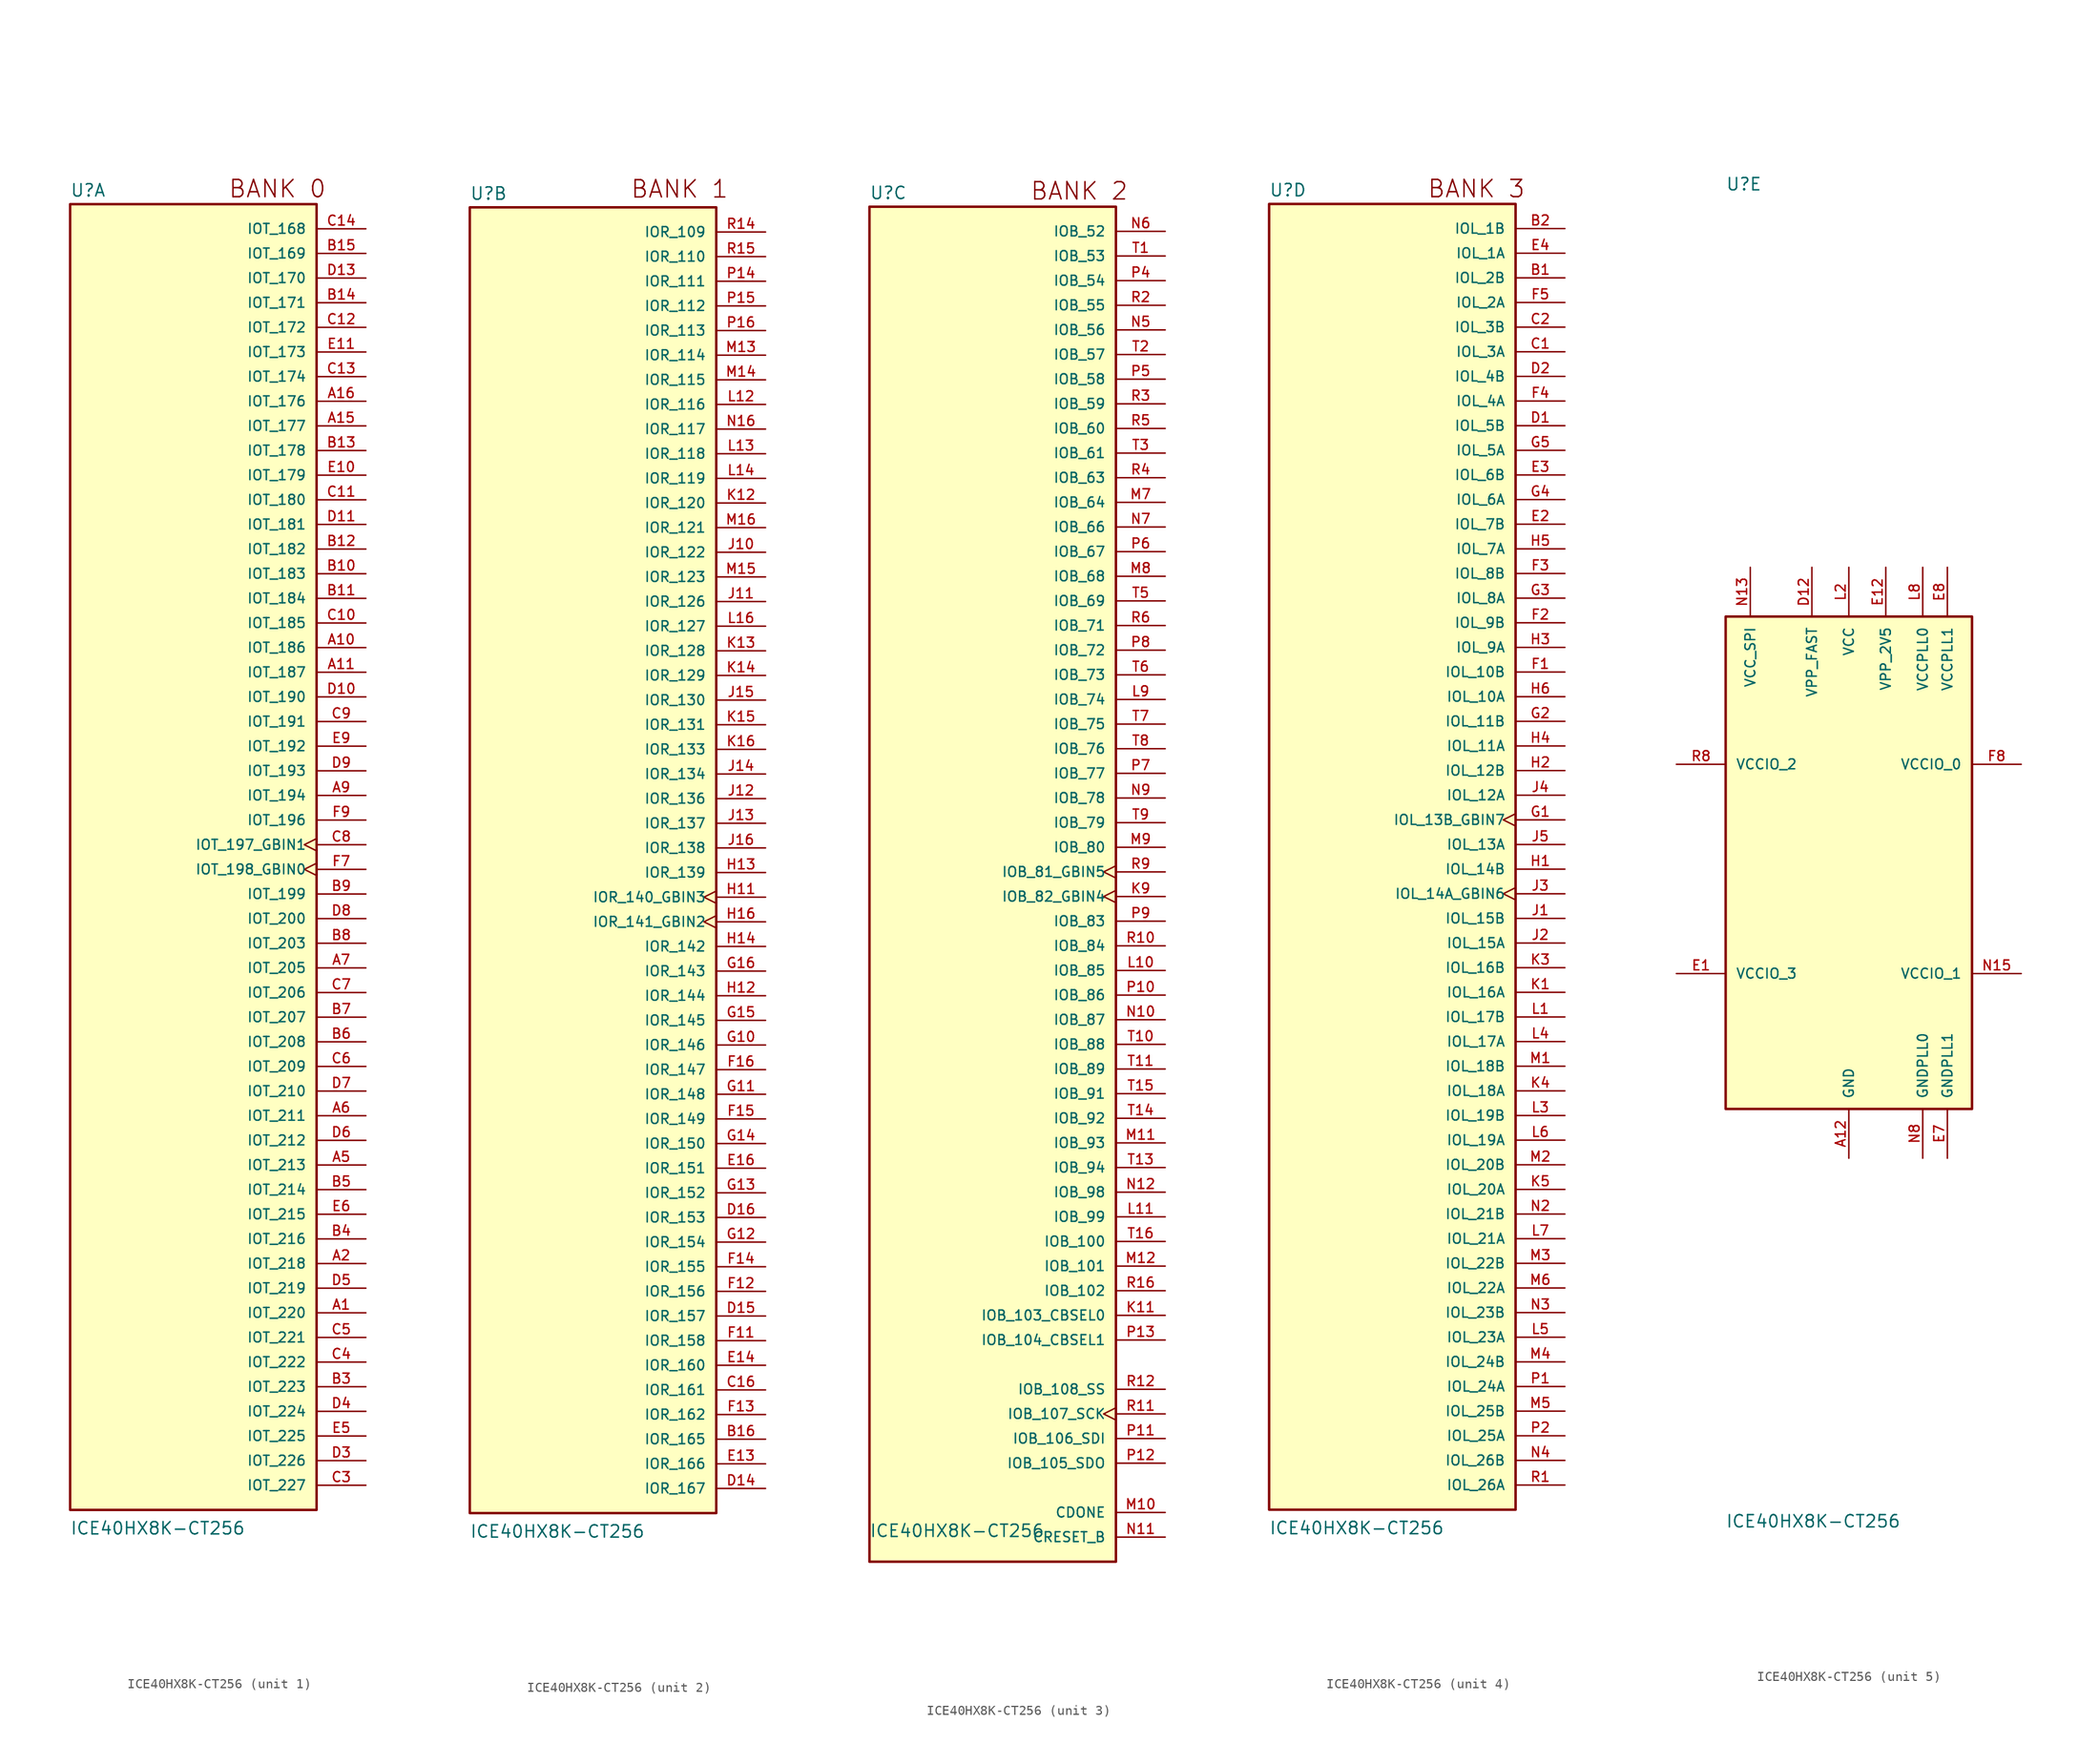
<source format=kicad_sym>
(kicad_symbol_lib
  (version 20231120)
  (generator "kicad_symbol_editor")
  (generator_version "8.0")
  (symbol "ICE40HX8K-CT256"
    (pin_names
      (offset 1.016))
    (property "Reference" "U"
      (at -12.708 69.259 0)
      (effects (font (size 1.27 1.27)) (justify left bottom)))
    (property "Value" "ICE40HX8K-CT256"
      (at -12.718 -68.676 0)
      (effects (font (size 1.27 1.27)) (justify left bottom)))
    (symbol "ICE40HX8K-CT256_1_0"
      (rectangle (start -12.7 -66.04) (end 12.7 68.58) (stroke (width 0.254) (type default)) (fill (type background)))
      (text "BANK 0" (at 3.558 69.127 0) (effects (font (size 1.779 1.779)) (justify left bottom)))
      (pin bidirectional line (at 17.78 -45.72 180) (length 5.08) (name "IOT_220" (effects (font (size 1.016 1.016)))) (number "A1" (effects (font (size 1.016 1.016)))))
      (pin bidirectional line (at 17.78 22.86 180) (length 5.08) (name "IOT_186" (effects (font (size 1.016 1.016)))) (number "A10" (effects (font (size 1.016 1.016)))))
      (pin bidirectional line (at 17.78 20.32 180) (length 5.08) (name "IOT_187" (effects (font (size 1.016 1.016)))) (number "A11" (effects (font (size 1.016 1.016)))))
      (pin bidirectional line (at 17.78 45.72 180) (length 5.08) (name "IOT_177" (effects (font (size 1.016 1.016)))) (number "A15" (effects (font (size 1.016 1.016)))))
      (pin bidirectional line (at 17.78 48.26 180) (length 5.08) (name "IOT_176" (effects (font (size 1.016 1.016)))) (number "A16" (effects (font (size 1.016 1.016)))))
      (pin bidirectional line (at 17.78 -40.64 180) (length 5.08) (name "IOT_218" (effects (font (size 1.016 1.016)))) (number "A2" (effects (font (size 1.016 1.016)))))
      (pin bidirectional line (at 17.78 -30.48 180) (length 5.08) (name "IOT_213" (effects (font (size 1.016 1.016)))) (number "A5" (effects (font (size 1.016 1.016)))))
      (pin bidirectional line (at 17.78 -25.4 180) (length 5.08) (name "IOT_211" (effects (font (size 1.016 1.016)))) (number "A6" (effects (font (size 1.016 1.016)))))
      (pin bidirectional line (at 17.78 -10.16 180) (length 5.08) (name "IOT_205" (effects (font (size 1.016 1.016)))) (number "A7" (effects (font (size 1.016 1.016)))))
      (pin bidirectional line (at 17.78 7.62 180) (length 5.08) (name "IOT_194" (effects (font (size 1.016 1.016)))) (number "A9" (effects (font (size 1.016 1.016)))))
      (pin bidirectional line (at 17.78 30.48 180) (length 5.08) (name "IOT_183" (effects (font (size 1.016 1.016)))) (number "B10" (effects (font (size 1.016 1.016)))))
      (pin bidirectional line (at 17.78 27.94 180) (length 5.08) (name "IOT_184" (effects (font (size 1.016 1.016)))) (number "B11" (effects (font (size 1.016 1.016)))))
      (pin bidirectional line (at 17.78 33.02 180) (length 5.08) (name "IOT_182" (effects (font (size 1.016 1.016)))) (number "B12" (effects (font (size 1.016 1.016)))))
      (pin bidirectional line (at 17.78 43.18 180) (length 5.08) (name "IOT_178" (effects (font (size 1.016 1.016)))) (number "B13" (effects (font (size 1.016 1.016)))))
      (pin bidirectional line (at 17.78 58.42 180) (length 5.08) (name "IOT_171" (effects (font (size 1.016 1.016)))) (number "B14" (effects (font (size 1.016 1.016)))))
      (pin bidirectional line (at 17.78 63.5 180) (length 5.08) (name "IOT_169" (effects (font (size 1.016 1.016)))) (number "B15" (effects (font (size 1.016 1.016)))))
      (pin bidirectional line (at 17.78 -53.34 180) (length 5.08) (name "IOT_223" (effects (font (size 1.016 1.016)))) (number "B3" (effects (font (size 1.016 1.016)))))
      (pin bidirectional line (at 17.78 -38.1 180) (length 5.08) (name "IOT_216" (effects (font (size 1.016 1.016)))) (number "B4" (effects (font (size 1.016 1.016)))))
      (pin bidirectional line (at 17.78 -33.02 180) (length 5.08) (name "IOT_214" (effects (font (size 1.016 1.016)))) (number "B5" (effects (font (size 1.016 1.016)))))
      (pin bidirectional line (at 17.78 -17.78 180) (length 5.08) (name "IOT_208" (effects (font (size 1.016 1.016)))) (number "B6" (effects (font (size 1.016 1.016)))))
      (pin bidirectional line (at 17.78 -15.24 180) (length 5.08) (name "IOT_207" (effects (font (size 1.016 1.016)))) (number "B7" (effects (font (size 1.016 1.016)))))
      (pin bidirectional line (at 17.78 -7.62 180) (length 5.08) (name "IOT_203" (effects (font (size 1.016 1.016)))) (number "B8" (effects (font (size 1.016 1.016)))))
      (pin bidirectional line (at 17.78 -2.54 180) (length 5.08) (name "IOT_199" (effects (font (size 1.016 1.016)))) (number "B9" (effects (font (size 1.016 1.016)))))
      (pin bidirectional line (at 17.78 25.4 180) (length 5.08) (name "IOT_185" (effects (font (size 1.016 1.016)))) (number "C10" (effects (font (size 1.016 1.016)))))
      (pin bidirectional line (at 17.78 38.1 180) (length 5.08) (name "IOT_180" (effects (font (size 1.016 1.016)))) (number "C11" (effects (font (size 1.016 1.016)))))
      (pin bidirectional line (at 17.78 55.88 180) (length 5.08) (name "IOT_172" (effects (font (size 1.016 1.016)))) (number "C12" (effects (font (size 1.016 1.016)))))
      (pin bidirectional line (at 17.78 50.8 180) (length 5.08) (name "IOT_174" (effects (font (size 1.016 1.016)))) (number "C13" (effects (font (size 1.016 1.016)))))
      (pin bidirectional line (at 17.78 66.04 180) (length 5.08) (name "IOT_168" (effects (font (size 1.016 1.016)))) (number "C14" (effects (font (size 1.016 1.016)))))
      (pin bidirectional line (at 17.78 -63.5 180) (length 5.08) (name "IOT_227" (effects (font (size 1.016 1.016)))) (number "C3" (effects (font (size 1.016 1.016)))))
      (pin bidirectional line (at 17.78 -50.8 180) (length 5.08) (name "IOT_222" (effects (font (size 1.016 1.016)))) (number "C4" (effects (font (size 1.016 1.016)))))
      (pin bidirectional line (at 17.78 -48.26 180) (length 5.08) (name "IOT_221" (effects (font (size 1.016 1.016)))) (number "C5" (effects (font (size 1.016 1.016)))))
      (pin bidirectional line (at 17.78 -20.32 180) (length 5.08) (name "IOT_209" (effects (font (size 1.016 1.016)))) (number "C6" (effects (font (size 1.016 1.016)))))
      (pin bidirectional line (at 17.78 -12.7 180) (length 5.08) (name "IOT_206" (effects (font (size 1.016 1.016)))) (number "C7" (effects (font (size 1.016 1.016)))))
      (pin bidirectional clock (at 17.78 2.54 180) (length 5.08) (name "IOT_197_GBIN1" (effects (font (size 1.016 1.016)))) (number "C8" (effects (font (size 1.016 1.016)))))
      (pin bidirectional line (at 17.78 15.24 180) (length 5.08) (name "IOT_191" (effects (font (size 1.016 1.016)))) (number "C9" (effects (font (size 1.016 1.016)))))
      (pin bidirectional line (at 17.78 17.78 180) (length 5.08) (name "IOT_190" (effects (font (size 1.016 1.016)))) (number "D10" (effects (font (size 1.016 1.016)))))
      (pin bidirectional line (at 17.78 35.56 180) (length 5.08) (name "IOT_181" (effects (font (size 1.016 1.016)))) (number "D11" (effects (font (size 1.016 1.016)))))
      (pin bidirectional line (at 17.78 60.96 180) (length 5.08) (name "IOT_170" (effects (font (size 1.016 1.016)))) (number "D13" (effects (font (size 1.016 1.016)))))
      (pin bidirectional line (at 17.78 -60.96 180) (length 5.08) (name "IOT_226" (effects (font (size 1.016 1.016)))) (number "D3" (effects (font (size 1.016 1.016)))))
      (pin bidirectional line (at 17.78 -55.88 180) (length 5.08) (name "IOT_224" (effects (font (size 1.016 1.016)))) (number "D4" (effects (font (size 1.016 1.016)))))
      (pin bidirectional line (at 17.78 -43.18 180) (length 5.08) (name "IOT_219" (effects (font (size 1.016 1.016)))) (number "D5" (effects (font (size 1.016 1.016)))))
      (pin bidirectional line (at 17.78 -27.94 180) (length 5.08) (name "IOT_212" (effects (font (size 1.016 1.016)))) (number "D6" (effects (font (size 1.016 1.016)))))
      (pin bidirectional line (at 17.78 -22.86 180) (length 5.08) (name "IOT_210" (effects (font (size 1.016 1.016)))) (number "D7" (effects (font (size 1.016 1.016)))))
      (pin bidirectional line (at 17.78 -5.08 180) (length 5.08) (name "IOT_200" (effects (font (size 1.016 1.016)))) (number "D8" (effects (font (size 1.016 1.016)))))
      (pin bidirectional line (at 17.78 10.16 180) (length 5.08) (name "IOT_193" (effects (font (size 1.016 1.016)))) (number "D9" (effects (font (size 1.016 1.016)))))
      (pin bidirectional line (at 17.78 40.64 180) (length 5.08) (name "IOT_179" (effects (font (size 1.016 1.016)))) (number "E10" (effects (font (size 1.016 1.016)))))
      (pin bidirectional line (at 17.78 53.34 180) (length 5.08) (name "IOT_173" (effects (font (size 1.016 1.016)))) (number "E11" (effects (font (size 1.016 1.016)))))
      (pin bidirectional line (at 17.78 -58.42 180) (length 5.08) (name "IOT_225" (effects (font (size 1.016 1.016)))) (number "E5" (effects (font (size 1.016 1.016)))))
      (pin bidirectional line (at 17.78 -35.56 180) (length 5.08) (name "IOT_215" (effects (font (size 1.016 1.016)))) (number "E6" (effects (font (size 1.016 1.016)))))
      (pin bidirectional line (at 17.78 12.7 180) (length 5.08) (name "IOT_192" (effects (font (size 1.016 1.016)))) (number "E9" (effects (font (size 1.016 1.016)))))
      (pin bidirectional clock (at 17.78 0 180) (length 5.08) (name "IOT_198_GBIN0" (effects (font (size 1.016 1.016)))) (number "F7" (effects (font (size 1.016 1.016)))))
      (pin bidirectional line (at 17.78 5.08 180) (length 5.08) (name "IOT_196" (effects (font (size 1.016 1.016)))) (number "F9" (effects (font (size 1.016 1.016))))))
    (symbol "ICE40HX8K-CT256_2_0"
      (rectangle (start -12.7 -66.04) (end 12.7 68.58) (stroke (width 0.254) (type default)) (fill (type background)))
      (text "BANK 1" (at 3.815 69.429 0) (effects (font (size 1.78 1.78)) (justify left bottom)))
      (pin bidirectional line (at 17.78 -58.42 180) (length 5.08) (name "IOR_165" (effects (font (size 1.016 1.016)))) (number "B16" (effects (font (size 1.016 1.016)))))
      (pin bidirectional line (at 17.78 -53.34 180) (length 5.08) (name "IOR_161" (effects (font (size 1.016 1.016)))) (number "C16" (effects (font (size 1.016 1.016)))))
      (pin bidirectional line (at 17.78 -63.5 180) (length 5.08) (name "IOR_167" (effects (font (size 1.016 1.016)))) (number "D14" (effects (font (size 1.016 1.016)))))
      (pin bidirectional line (at 17.78 -45.72 180) (length 5.08) (name "IOR_157" (effects (font (size 1.016 1.016)))) (number "D15" (effects (font (size 1.016 1.016)))))
      (pin bidirectional line (at 17.78 -35.56 180) (length 5.08) (name "IOR_153" (effects (font (size 1.016 1.016)))) (number "D16" (effects (font (size 1.016 1.016)))))
      (pin bidirectional line (at 17.78 -60.96 180) (length 5.08) (name "IOR_166" (effects (font (size 1.016 1.016)))) (number "E13" (effects (font (size 1.016 1.016)))))
      (pin bidirectional line (at 17.78 -50.8 180) (length 5.08) (name "IOR_160" (effects (font (size 1.016 1.016)))) (number "E14" (effects (font (size 1.016 1.016)))))
      (pin bidirectional line (at 17.78 -30.48 180) (length 5.08) (name "IOR_151" (effects (font (size 1.016 1.016)))) (number "E16" (effects (font (size 1.016 1.016)))))
      (pin bidirectional line (at 17.78 -48.26 180) (length 5.08) (name "IOR_158" (effects (font (size 1.016 1.016)))) (number "F11" (effects (font (size 1.016 1.016)))))
      (pin bidirectional line (at 17.78 -43.18 180) (length 5.08) (name "IOR_156" (effects (font (size 1.016 1.016)))) (number "F12" (effects (font (size 1.016 1.016)))))
      (pin bidirectional line (at 17.78 -55.88 180) (length 5.08) (name "IOR_162" (effects (font (size 1.016 1.016)))) (number "F13" (effects (font (size 1.016 1.016)))))
      (pin bidirectional line (at 17.78 -40.64 180) (length 5.08) (name "IOR_155" (effects (font (size 1.016 1.016)))) (number "F14" (effects (font (size 1.016 1.016)))))
      (pin bidirectional line (at 17.78 -25.4 180) (length 5.08) (name "IOR_149" (effects (font (size 1.016 1.016)))) (number "F15" (effects (font (size 1.016 1.016)))))
      (pin bidirectional line (at 17.78 -20.32 180) (length 5.08) (name "IOR_147" (effects (font (size 1.016 1.016)))) (number "F16" (effects (font (size 1.016 1.016)))))
      (pin bidirectional line (at 17.78 -17.78 180) (length 5.08) (name "IOR_146" (effects (font (size 1.016 1.016)))) (number "G10" (effects (font (size 1.016 1.016)))))
      (pin bidirectional line (at 17.78 -22.86 180) (length 5.08) (name "IOR_148" (effects (font (size 1.016 1.016)))) (number "G11" (effects (font (size 1.016 1.016)))))
      (pin bidirectional line (at 17.78 -38.1 180) (length 5.08) (name "IOR_154" (effects (font (size 1.016 1.016)))) (number "G12" (effects (font (size 1.016 1.016)))))
      (pin bidirectional line (at 17.78 -33.02 180) (length 5.08) (name "IOR_152" (effects (font (size 1.016 1.016)))) (number "G13" (effects (font (size 1.016 1.016)))))
      (pin bidirectional line (at 17.78 -27.94 180) (length 5.08) (name "IOR_150" (effects (font (size 1.016 1.016)))) (number "G14" (effects (font (size 1.016 1.016)))))
      (pin bidirectional line (at 17.78 -15.24 180) (length 5.08) (name "IOR_145" (effects (font (size 1.016 1.016)))) (number "G15" (effects (font (size 1.016 1.016)))))
      (pin bidirectional line (at 17.78 -10.16 180) (length 5.08) (name "IOR_143" (effects (font (size 1.016 1.016)))) (number "G16" (effects (font (size 1.016 1.016)))))
      (pin bidirectional clock (at 17.78 -2.54 180) (length 5.08) (name "IOR_140_GBIN3" (effects (font (size 1.016 1.016)))) (number "H11" (effects (font (size 1.016 1.016)))))
      (pin bidirectional line (at 17.78 -12.7 180) (length 5.08) (name "IOR_144" (effects (font (size 1.016 1.016)))) (number "H12" (effects (font (size 1.016 1.016)))))
      (pin bidirectional line (at 17.78 0 180) (length 5.08) (name "IOR_139" (effects (font (size 1.016 1.016)))) (number "H13" (effects (font (size 1.016 1.016)))))
      (pin bidirectional line (at 17.78 -7.62 180) (length 5.08) (name "IOR_142" (effects (font (size 1.016 1.016)))) (number "H14" (effects (font (size 1.016 1.016)))))
      (pin bidirectional clock (at 17.78 -5.08 180) (length 5.08) (name "IOR_141_GBIN2" (effects (font (size 1.016 1.016)))) (number "H16" (effects (font (size 1.016 1.016)))))
      (pin bidirectional line (at 17.78 33.02 180) (length 5.08) (name "IOR_122" (effects (font (size 1.016 1.016)))) (number "J10" (effects (font (size 1.016 1.016)))))
      (pin bidirectional line (at 17.78 27.94 180) (length 5.08) (name "IOR_126" (effects (font (size 1.016 1.016)))) (number "J11" (effects (font (size 1.016 1.016)))))
      (pin bidirectional line (at 17.78 7.62 180) (length 5.08) (name "IOR_136" (effects (font (size 1.016 1.016)))) (number "J12" (effects (font (size 1.016 1.016)))))
      (pin bidirectional line (at 17.78 5.08 180) (length 5.08) (name "IOR_137" (effects (font (size 1.016 1.016)))) (number "J13" (effects (font (size 1.016 1.016)))))
      (pin bidirectional line (at 17.78 10.16 180) (length 5.08) (name "IOR_134" (effects (font (size 1.016 1.016)))) (number "J14" (effects (font (size 1.016 1.016)))))
      (pin bidirectional line (at 17.78 17.78 180) (length 5.08) (name "IOR_130" (effects (font (size 1.016 1.016)))) (number "J15" (effects (font (size 1.016 1.016)))))
      (pin bidirectional line (at 17.78 2.54 180) (length 5.08) (name "IOR_138" (effects (font (size 1.016 1.016)))) (number "J16" (effects (font (size 1.016 1.016)))))
      (pin bidirectional line (at 17.78 38.1 180) (length 5.08) (name "IOR_120" (effects (font (size 1.016 1.016)))) (number "K12" (effects (font (size 1.016 1.016)))))
      (pin bidirectional line (at 17.78 22.86 180) (length 5.08) (name "IOR_128" (effects (font (size 1.016 1.016)))) (number "K13" (effects (font (size 1.016 1.016)))))
      (pin bidirectional line (at 17.78 20.32 180) (length 5.08) (name "IOR_129" (effects (font (size 1.016 1.016)))) (number "K14" (effects (font (size 1.016 1.016)))))
      (pin bidirectional line (at 17.78 15.24 180) (length 5.08) (name "IOR_131" (effects (font (size 1.016 1.016)))) (number "K15" (effects (font (size 1.016 1.016)))))
      (pin bidirectional line (at 17.78 12.7 180) (length 5.08) (name "IOR_133" (effects (font (size 1.016 1.016)))) (number "K16" (effects (font (size 1.016 1.016)))))
      (pin bidirectional line (at 17.78 48.26 180) (length 5.08) (name "IOR_116" (effects (font (size 1.016 1.016)))) (number "L12" (effects (font (size 1.016 1.016)))))
      (pin bidirectional line (at 17.78 43.18 180) (length 5.08) (name "IOR_118" (effects (font (size 1.016 1.016)))) (number "L13" (effects (font (size 1.016 1.016)))))
      (pin bidirectional line (at 17.78 40.64 180) (length 5.08) (name "IOR_119" (effects (font (size 1.016 1.016)))) (number "L14" (effects (font (size 1.016 1.016)))))
      (pin bidirectional line (at 17.78 25.4 180) (length 5.08) (name "IOR_127" (effects (font (size 1.016 1.016)))) (number "L16" (effects (font (size 1.016 1.016)))))
      (pin bidirectional line (at 17.78 53.34 180) (length 5.08) (name "IOR_114" (effects (font (size 1.016 1.016)))) (number "M13" (effects (font (size 1.016 1.016)))))
      (pin bidirectional line (at 17.78 50.8 180) (length 5.08) (name "IOR_115" (effects (font (size 1.016 1.016)))) (number "M14" (effects (font (size 1.016 1.016)))))
      (pin bidirectional line (at 17.78 30.48 180) (length 5.08) (name "IOR_123" (effects (font (size 1.016 1.016)))) (number "M15" (effects (font (size 1.016 1.016)))))
      (pin bidirectional line (at 17.78 35.56 180) (length 5.08) (name "IOR_121" (effects (font (size 1.016 1.016)))) (number "M16" (effects (font (size 1.016 1.016)))))
      (pin bidirectional line (at 17.78 45.72 180) (length 5.08) (name "IOR_117" (effects (font (size 1.016 1.016)))) (number "N16" (effects (font (size 1.016 1.016)))))
      (pin bidirectional line (at 17.78 60.96 180) (length 5.08) (name "IOR_111" (effects (font (size 1.016 1.016)))) (number "P14" (effects (font (size 1.016 1.016)))))
      (pin bidirectional line (at 17.78 58.42 180) (length 5.08) (name "IOR_112" (effects (font (size 1.016 1.016)))) (number "P15" (effects (font (size 1.016 1.016)))))
      (pin bidirectional line (at 17.78 55.88 180) (length 5.08) (name "IOR_113" (effects (font (size 1.016 1.016)))) (number "P16" (effects (font (size 1.016 1.016)))))
      (pin bidirectional line (at 17.78 66.04 180) (length 5.08) (name "IOR_109" (effects (font (size 1.016 1.016)))) (number "R14" (effects (font (size 1.016 1.016)))))
      (pin bidirectional line (at 17.78 63.5 180) (length 5.08) (name "IOR_110" (effects (font (size 1.016 1.016)))) (number "R15" (effects (font (size 1.016 1.016))))))
    (symbol "ICE40HX8K-CT256_3_0"
      (rectangle (start -12.7 -71.12) (end 12.7 68.58) (stroke (width 0.254) (type default)) (fill (type background)))
      (text "BANK 2" (at 3.814 69.16 0) (effects (font (size 1.78 1.78)) (justify left bottom)))
      (pin bidirectional line (at 17.78 -45.72 180) (length 5.08) (name "IOB_103_CBSEL0" (effects (font (size 1.016 1.016)))) (number "K11" (effects (font (size 1.016 1.016)))))
      (pin bidirectional clock (at 17.78 -2.54 180) (length 5.08) (name "IOB_82_GBIN4" (effects (font (size 1.016 1.016)))) (number "K9" (effects (font (size 1.016 1.016)))))
      (pin bidirectional line (at 17.78 -10.16 180) (length 5.08) (name "IOB_85" (effects (font (size 1.016 1.016)))) (number "L10" (effects (font (size 1.016 1.016)))))
      (pin bidirectional line (at 17.78 -35.56 180) (length 5.08) (name "IOB_99" (effects (font (size 1.016 1.016)))) (number "L11" (effects (font (size 1.016 1.016)))))
      (pin bidirectional line (at 17.78 17.78 180) (length 5.08) (name "IOB_74" (effects (font (size 1.016 1.016)))) (number "L9" (effects (font (size 1.016 1.016)))))
      (pin bidirectional line (at 17.78 -66.04 180) (length 5.08) (name "CDONE" (effects (font (size 1.016 1.016)))) (number "M10" (effects (font (size 1.016 1.016)))))
      (pin bidirectional line (at 17.78 -27.94 180) (length 5.08) (name "IOB_93" (effects (font (size 1.016 1.016)))) (number "M11" (effects (font (size 1.016 1.016)))))
      (pin bidirectional line (at 17.78 -40.64 180) (length 5.08) (name "IOB_101" (effects (font (size 1.016 1.016)))) (number "M12" (effects (font (size 1.016 1.016)))))
      (pin bidirectional line (at 17.78 38.1 180) (length 5.08) (name "IOB_64" (effects (font (size 1.016 1.016)))) (number "M7" (effects (font (size 1.016 1.016)))))
      (pin bidirectional line (at 17.78 30.48 180) (length 5.08) (name "IOB_68" (effects (font (size 1.016 1.016)))) (number "M8" (effects (font (size 1.016 1.016)))))
      (pin bidirectional line (at 17.78 2.54 180) (length 5.08) (name "IOB_80" (effects (font (size 1.016 1.016)))) (number "M9" (effects (font (size 1.016 1.016)))))
      (pin bidirectional line (at 17.78 -15.24 180) (length 5.08) (name "IOB_87" (effects (font (size 1.016 1.016)))) (number "N10" (effects (font (size 1.016 1.016)))))
      (pin input line (at 17.78 -68.58 180) (length 5.08) (name "CRESET_B" (effects (font (size 1.016 1.016)))) (number "N11" (effects (font (size 1.016 1.016)))))
      (pin bidirectional line (at 17.78 -33.02 180) (length 5.08) (name "IOB_98" (effects (font (size 1.016 1.016)))) (number "N12" (effects (font (size 1.016 1.016)))))
      (pin bidirectional line (at 17.78 55.88 180) (length 5.08) (name "IOB_56" (effects (font (size 1.016 1.016)))) (number "N5" (effects (font (size 1.016 1.016)))))
      (pin bidirectional line (at 17.78 66.04 180) (length 5.08) (name "IOB_52" (effects (font (size 1.016 1.016)))) (number "N6" (effects (font (size 1.016 1.016)))))
      (pin bidirectional line (at 17.78 35.56 180) (length 5.08) (name "IOB_66" (effects (font (size 1.016 1.016)))) (number "N7" (effects (font (size 1.016 1.016)))))
      (pin bidirectional line (at 17.78 7.62 180) (length 5.08) (name "IOB_78" (effects (font (size 1.016 1.016)))) (number "N9" (effects (font (size 1.016 1.016)))))
      (pin bidirectional line (at 17.78 -12.7 180) (length 5.08) (name "IOB_86" (effects (font (size 1.016 1.016)))) (number "P10" (effects (font (size 1.016 1.016)))))
      (pin bidirectional line (at 17.78 -58.42 180) (length 5.08) (name "IOB_106_SDI" (effects (font (size 1.016 1.016)))) (number "P11" (effects (font (size 1.016 1.016)))))
      (pin bidirectional line (at 17.78 -60.96 180) (length 5.08) (name "IOB_105_SDO" (effects (font (size 1.016 1.016)))) (number "P12" (effects (font (size 1.016 1.016)))))
      (pin bidirectional line (at 17.78 -48.26 180) (length 5.08) (name "IOB_104_CBSEL1" (effects (font (size 1.016 1.016)))) (number "P13" (effects (font (size 1.016 1.016)))))
      (pin bidirectional line (at 17.78 60.96 180) (length 5.08) (name "IOB_54" (effects (font (size 1.016 1.016)))) (number "P4" (effects (font (size 1.016 1.016)))))
      (pin bidirectional line (at 17.78 50.8 180) (length 5.08) (name "IOB_58" (effects (font (size 1.016 1.016)))) (number "P5" (effects (font (size 1.016 1.016)))))
      (pin bidirectional line (at 17.78 33.02 180) (length 5.08) (name "IOB_67" (effects (font (size 1.016 1.016)))) (number "P6" (effects (font (size 1.016 1.016)))))
      (pin bidirectional line (at 17.78 10.16 180) (length 5.08) (name "IOB_77" (effects (font (size 1.016 1.016)))) (number "P7" (effects (font (size 1.016 1.016)))))
      (pin bidirectional line (at 17.78 22.86 180) (length 5.08) (name "IOB_72" (effects (font (size 1.016 1.016)))) (number "P8" (effects (font (size 1.016 1.016)))))
      (pin bidirectional line (at 17.78 -5.08 180) (length 5.08) (name "IOB_83" (effects (font (size 1.016 1.016)))) (number "P9" (effects (font (size 1.016 1.016)))))
      (pin bidirectional line (at 17.78 -7.62 180) (length 5.08) (name "IOB_84" (effects (font (size 1.016 1.016)))) (number "R10" (effects (font (size 1.016 1.016)))))
      (pin bidirectional clock (at 17.78 -55.88 180) (length 5.08) (name "IOB_107_SCK" (effects (font (size 1.016 1.016)))) (number "R11" (effects (font (size 1.016 1.016)))))
      (pin bidirectional line (at 17.78 -53.34 180) (length 5.08) (name "IOB_108_SS" (effects (font (size 1.016 1.016)))) (number "R12" (effects (font (size 1.016 1.016)))))
      (pin bidirectional line (at 17.78 -43.18 180) (length 5.08) (name "IOB_102" (effects (font (size 1.016 1.016)))) (number "R16" (effects (font (size 1.016 1.016)))))
      (pin bidirectional line (at 17.78 58.42 180) (length 5.08) (name "IOB_55" (effects (font (size 1.016 1.016)))) (number "R2" (effects (font (size 1.016 1.016)))))
      (pin bidirectional line (at 17.78 48.26 180) (length 5.08) (name "IOB_59" (effects (font (size 1.016 1.016)))) (number "R3" (effects (font (size 1.016 1.016)))))
      (pin bidirectional line (at 17.78 40.64 180) (length 5.08) (name "IOB_63" (effects (font (size 1.016 1.016)))) (number "R4" (effects (font (size 1.016 1.016)))))
      (pin bidirectional line (at 17.78 45.72 180) (length 5.08) (name "IOB_60" (effects (font (size 1.016 1.016)))) (number "R5" (effects (font (size 1.016 1.016)))))
      (pin bidirectional line (at 17.78 25.4 180) (length 5.08) (name "IOB_71" (effects (font (size 1.016 1.016)))) (number "R6" (effects (font (size 1.016 1.016)))))
      (pin bidirectional clock (at 17.78 0 180) (length 5.08) (name "IOB_81_GBIN5" (effects (font (size 1.016 1.016)))) (number "R9" (effects (font (size 1.016 1.016)))))
      (pin bidirectional line (at 17.78 63.5 180) (length 5.08) (name "IOB_53" (effects (font (size 1.016 1.016)))) (number "T1" (effects (font (size 1.016 1.016)))))
      (pin bidirectional line (at 17.78 -17.78 180) (length 5.08) (name "IOB_88" (effects (font (size 1.016 1.016)))) (number "T10" (effects (font (size 1.016 1.016)))))
      (pin bidirectional line (at 17.78 -20.32 180) (length 5.08) (name "IOB_89" (effects (font (size 1.016 1.016)))) (number "T11" (effects (font (size 1.016 1.016)))))
      (pin bidirectional line (at 17.78 -30.48 180) (length 5.08) (name "IOB_94" (effects (font (size 1.016 1.016)))) (number "T13" (effects (font (size 1.016 1.016)))))
      (pin bidirectional line (at 17.78 -25.4 180) (length 5.08) (name "IOB_92" (effects (font (size 1.016 1.016)))) (number "T14" (effects (font (size 1.016 1.016)))))
      (pin bidirectional line (at 17.78 -22.86 180) (length 5.08) (name "IOB_91" (effects (font (size 1.016 1.016)))) (number "T15" (effects (font (size 1.016 1.016)))))
      (pin bidirectional line (at 17.78 -38.1 180) (length 5.08) (name "IOB_100" (effects (font (size 1.016 1.016)))) (number "T16" (effects (font (size 1.016 1.016)))))
      (pin bidirectional line (at 17.78 53.34 180) (length 5.08) (name "IOB_57" (effects (font (size 1.016 1.016)))) (number "T2" (effects (font (size 1.016 1.016)))))
      (pin bidirectional line (at 17.78 43.18 180) (length 5.08) (name "IOB_61" (effects (font (size 1.016 1.016)))) (number "T3" (effects (font (size 1.016 1.016)))))
      (pin bidirectional line (at 17.78 27.94 180) (length 5.08) (name "IOB_69" (effects (font (size 1.016 1.016)))) (number "T5" (effects (font (size 1.016 1.016)))))
      (pin bidirectional line (at 17.78 20.32 180) (length 5.08) (name "IOB_73" (effects (font (size 1.016 1.016)))) (number "T6" (effects (font (size 1.016 1.016)))))
      (pin bidirectional line (at 17.78 15.24 180) (length 5.08) (name "IOB_75" (effects (font (size 1.016 1.016)))) (number "T7" (effects (font (size 1.016 1.016)))))
      (pin bidirectional line (at 17.78 12.7 180) (length 5.08) (name "IOB_76" (effects (font (size 1.016 1.016)))) (number "T8" (effects (font (size 1.016 1.016)))))
      (pin bidirectional line (at 17.78 5.08 180) (length 5.08) (name "IOB_79" (effects (font (size 1.016 1.016)))) (number "T9" (effects (font (size 1.016 1.016))))))
    (symbol "ICE40HX8K-CT256_4_0"
      (rectangle (start -12.7 -66.04) (end 12.7 68.58) (stroke (width 0.254) (type default)) (fill (type background)))
      (text "BANK 3" (at 3.557 69.109 0) (effects (font (size 1.779 1.779)) (justify left bottom)))
      (pin bidirectional line (at 17.78 60.96 180) (length 5.08) (name "IOL_2B" (effects (font (size 1.016 1.016)))) (number "B1" (effects (font (size 1.016 1.016)))))
      (pin bidirectional line (at 17.78 66.04 180) (length 5.08) (name "IOL_1B" (effects (font (size 1.016 1.016)))) (number "B2" (effects (font (size 1.016 1.016)))))
      (pin bidirectional line (at 17.78 53.34 180) (length 5.08) (name "IOL_3A" (effects (font (size 1.016 1.016)))) (number "C1" (effects (font (size 1.016 1.016)))))
      (pin bidirectional line (at 17.78 55.88 180) (length 5.08) (name "IOL_3B" (effects (font (size 1.016 1.016)))) (number "C2" (effects (font (size 1.016 1.016)))))
      (pin bidirectional line (at 17.78 45.72 180) (length 5.08) (name "IOL_5B" (effects (font (size 1.016 1.016)))) (number "D1" (effects (font (size 1.016 1.016)))))
      (pin bidirectional line (at 17.78 50.8 180) (length 5.08) (name "IOL_4B" (effects (font (size 1.016 1.016)))) (number "D2" (effects (font (size 1.016 1.016)))))
      (pin bidirectional line (at 17.78 35.56 180) (length 5.08) (name "IOL_7B" (effects (font (size 1.016 1.016)))) (number "E2" (effects (font (size 1.016 1.016)))))
      (pin bidirectional line (at 17.78 40.64 180) (length 5.08) (name "IOL_6B" (effects (font (size 1.016 1.016)))) (number "E3" (effects (font (size 1.016 1.016)))))
      (pin bidirectional line (at 17.78 63.5 180) (length 5.08) (name "IOL_1A" (effects (font (size 1.016 1.016)))) (number "E4" (effects (font (size 1.016 1.016)))))
      (pin bidirectional line (at 17.78 20.32 180) (length 5.08) (name "IOL_10B" (effects (font (size 1.016 1.016)))) (number "F1" (effects (font (size 1.016 1.016)))))
      (pin bidirectional line (at 17.78 25.4 180) (length 5.08) (name "IOL_9B" (effects (font (size 1.016 1.016)))) (number "F2" (effects (font (size 1.016 1.016)))))
      (pin bidirectional line (at 17.78 30.48 180) (length 5.08) (name "IOL_8B" (effects (font (size 1.016 1.016)))) (number "F3" (effects (font (size 1.016 1.016)))))
      (pin bidirectional line (at 17.78 48.26 180) (length 5.08) (name "IOL_4A" (effects (font (size 1.016 1.016)))) (number "F4" (effects (font (size 1.016 1.016)))))
      (pin bidirectional line (at 17.78 58.42 180) (length 5.08) (name "IOL_2A" (effects (font (size 1.016 1.016)))) (number "F5" (effects (font (size 1.016 1.016)))))
      (pin bidirectional clock (at 17.78 5.08 180) (length 5.08) (name "IOL_13B_GBIN7" (effects (font (size 1.016 1.016)))) (number "G1" (effects (font (size 1.016 1.016)))))
      (pin bidirectional line (at 17.78 15.24 180) (length 5.08) (name "IOL_11B" (effects (font (size 1.016 1.016)))) (number "G2" (effects (font (size 1.016 1.016)))))
      (pin bidirectional line (at 17.78 27.94 180) (length 5.08) (name "IOL_8A" (effects (font (size 1.016 1.016)))) (number "G3" (effects (font (size 1.016 1.016)))))
      (pin bidirectional line (at 17.78 38.1 180) (length 5.08) (name "IOL_6A" (effects (font (size 1.016 1.016)))) (number "G4" (effects (font (size 1.016 1.016)))))
      (pin bidirectional line (at 17.78 43.18 180) (length 5.08) (name "IOL_5A" (effects (font (size 1.016 1.016)))) (number "G5" (effects (font (size 1.016 1.016)))))
      (pin bidirectional line (at 17.78 0 180) (length 5.08) (name "IOL_14B" (effects (font (size 1.016 1.016)))) (number "H1" (effects (font (size 1.016 1.016)))))
      (pin bidirectional line (at 17.78 10.16 180) (length 5.08) (name "IOL_12B" (effects (font (size 1.016 1.016)))) (number "H2" (effects (font (size 1.016 1.016)))))
      (pin bidirectional line (at 17.78 22.86 180) (length 5.08) (name "IOL_9A" (effects (font (size 1.016 1.016)))) (number "H3" (effects (font (size 1.016 1.016)))))
      (pin bidirectional line (at 17.78 12.7 180) (length 5.08) (name "IOL_11A" (effects (font (size 1.016 1.016)))) (number "H4" (effects (font (size 1.016 1.016)))))
      (pin bidirectional line (at 17.78 33.02 180) (length 5.08) (name "IOL_7A" (effects (font (size 1.016 1.016)))) (number "H5" (effects (font (size 1.016 1.016)))))
      (pin bidirectional line (at 17.78 17.78 180) (length 5.08) (name "IOL_10A" (effects (font (size 1.016 1.016)))) (number "H6" (effects (font (size 1.016 1.016)))))
      (pin bidirectional line (at 17.78 -5.08 180) (length 5.08) (name "IOL_15B" (effects (font (size 1.016 1.016)))) (number "J1" (effects (font (size 1.016 1.016)))))
      (pin bidirectional line (at 17.78 -7.62 180) (length 5.08) (name "IOL_15A" (effects (font (size 1.016 1.016)))) (number "J2" (effects (font (size 1.016 1.016)))))
      (pin bidirectional clock (at 17.78 -2.54 180) (length 5.08) (name "IOL_14A_GBIN6" (effects (font (size 1.016 1.016)))) (number "J3" (effects (font (size 1.016 1.016)))))
      (pin bidirectional line (at 17.78 7.62 180) (length 5.08) (name "IOL_12A" (effects (font (size 1.016 1.016)))) (number "J4" (effects (font (size 1.016 1.016)))))
      (pin bidirectional line (at 17.78 2.54 180) (length 5.08) (name "IOL_13A" (effects (font (size 1.016 1.016)))) (number "J5" (effects (font (size 1.016 1.016)))))
      (pin bidirectional line (at 17.78 -12.7 180) (length 5.08) (name "IOL_16A" (effects (font (size 1.016 1.016)))) (number "K1" (effects (font (size 1.016 1.016)))))
      (pin bidirectional line (at 17.78 -10.16 180) (length 5.08) (name "IOL_16B" (effects (font (size 1.016 1.016)))) (number "K3" (effects (font (size 1.016 1.016)))))
      (pin bidirectional line (at 17.78 -22.86 180) (length 5.08) (name "IOL_18A" (effects (font (size 1.016 1.016)))) (number "K4" (effects (font (size 1.016 1.016)))))
      (pin bidirectional line (at 17.78 -33.02 180) (length 5.08) (name "IOL_20A" (effects (font (size 1.016 1.016)))) (number "K5" (effects (font (size 1.016 1.016)))))
      (pin bidirectional line (at 17.78 -15.24 180) (length 5.08) (name "IOL_17B" (effects (font (size 1.016 1.016)))) (number "L1" (effects (font (size 1.016 1.016)))))
      (pin bidirectional line (at 17.78 -25.4 180) (length 5.08) (name "IOL_19B" (effects (font (size 1.016 1.016)))) (number "L3" (effects (font (size 1.016 1.016)))))
      (pin bidirectional line (at 17.78 -17.78 180) (length 5.08) (name "IOL_17A" (effects (font (size 1.016 1.016)))) (number "L4" (effects (font (size 1.016 1.016)))))
      (pin bidirectional line (at 17.78 -48.26 180) (length 5.08) (name "IOL_23A" (effects (font (size 1.016 1.016)))) (number "L5" (effects (font (size 1.016 1.016)))))
      (pin bidirectional line (at 17.78 -27.94 180) (length 5.08) (name "IOL_19A" (effects (font (size 1.016 1.016)))) (number "L6" (effects (font (size 1.016 1.016)))))
      (pin bidirectional line (at 17.78 -38.1 180) (length 5.08) (name "IOL_21A" (effects (font (size 1.016 1.016)))) (number "L7" (effects (font (size 1.016 1.016)))))
      (pin bidirectional line (at 17.78 -20.32 180) (length 5.08) (name "IOL_18B" (effects (font (size 1.016 1.016)))) (number "M1" (effects (font (size 1.016 1.016)))))
      (pin bidirectional line (at 17.78 -30.48 180) (length 5.08) (name "IOL_20B" (effects (font (size 1.016 1.016)))) (number "M2" (effects (font (size 1.016 1.016)))))
      (pin bidirectional line (at 17.78 -40.64 180) (length 5.08) (name "IOL_22B" (effects (font (size 1.016 1.016)))) (number "M3" (effects (font (size 1.016 1.016)))))
      (pin bidirectional line (at 17.78 -50.8 180) (length 5.08) (name "IOL_24B" (effects (font (size 1.016 1.016)))) (number "M4" (effects (font (size 1.016 1.016)))))
      (pin bidirectional line (at 17.78 -55.88 180) (length 5.08) (name "IOL_25B" (effects (font (size 1.016 1.016)))) (number "M5" (effects (font (size 1.016 1.016)))))
      (pin bidirectional line (at 17.78 -43.18 180) (length 5.08) (name "IOL_22A" (effects (font (size 1.016 1.016)))) (number "M6" (effects (font (size 1.016 1.016)))))
      (pin bidirectional line (at 17.78 -35.56 180) (length 5.08) (name "IOL_21B" (effects (font (size 1.016 1.016)))) (number "N2" (effects (font (size 1.016 1.016)))))
      (pin bidirectional line (at 17.78 -45.72 180) (length 5.08) (name "IOL_23B" (effects (font (size 1.016 1.016)))) (number "N3" (effects (font (size 1.016 1.016)))))
      (pin bidirectional line (at 17.78 -60.96 180) (length 5.08) (name "IOL_26B" (effects (font (size 1.016 1.016)))) (number "N4" (effects (font (size 1.016 1.016)))))
      (pin bidirectional line (at 17.78 -53.34 180) (length 5.08) (name "IOL_24A" (effects (font (size 1.016 1.016)))) (number "P1" (effects (font (size 1.016 1.016)))))
      (pin bidirectional line (at 17.78 -58.42 180) (length 5.08) (name "IOL_25A" (effects (font (size 1.016 1.016)))) (number "P2" (effects (font (size 1.016 1.016)))))
      (pin bidirectional line (at 17.78 -63.5 180) (length 5.08) (name "IOL_26A" (effects (font (size 1.016 1.016)))) (number "R1" (effects (font (size 1.016 1.016))))))
    (symbol "ICE40HX8K-CT256_5_0"
      (rectangle (start -12.7 25.4) (end 12.7 -25.4) (stroke (width 0.254) (type default)) (fill (type background)))
      (pin power_in line (at 0 -30.48 90) (length 5.08) (name "GND" (effects (font (size 1.016 1.016)))) (number "A12" (effects (font (size 1.016 1.016)))))
      (pin power_in line (at 17.78 10.16 180) (length 5.08) hide (name "VCCIO_0" (effects (font (size 1.016 1.016)))) (number "A13" (effects (font (size 1.016 1.016)))))
      (pin power_in line (at 0 30.48 270) (length 5.08) hide (name "VCC" (effects (font (size 1.016 1.016)))) (number "A14" (effects (font (size 1.016 1.016)))))
      (pin power_in line (at 17.78 10.16 180) (length 5.08) hide (name "VCCIO_0" (effects (font (size 1.016 1.016)))) (number "A3" (effects (font (size 1.016 1.016)))))
      (pin power_in line (at 0 -30.48 90) (length 5.08) hide (name "GND" (effects (font (size 1.016 1.016)))) (number "A4" (effects (font (size 1.016 1.016)))))
      (pin power_in line (at 17.78 10.16 180) (length 5.08) hide (name "VCCIO_0" (effects (font (size 1.016 1.016)))) (number "A8" (effects (font (size 1.016 1.016)))))
      (pin power_in line (at 17.78 -11.43 180) (length 5.08) hide (name "VCCIO_1" (effects (font (size 1.016 1.016)))) (number "C15" (effects (font (size 1.016 1.016)))))
      (pin power_in line (at -3.81 30.48 270) (length 5.08) (name "VPP_FAST" (effects (font (size 1.016 1.016)))) (number "D12" (effects (font (size 1.016 1.016)))))
      (pin power_in line (at -17.78 -11.43 0) (length 5.08) (name "VCCIO_3" (effects (font (size 1.016 1.016)))) (number "E1" (effects (font (size 1.016 1.016)))))
      (pin power_in line (at 3.81 30.48 270) (length 5.08) (name "VPP_2V5" (effects (font (size 1.016 1.016)))) (number "E12" (effects (font (size 1.016 1.016)))))
      (pin power_in line (at 0 -30.48 90) (length 5.08) hide (name "GND" (effects (font (size 1.016 1.016)))) (number "E15" (effects (font (size 1.016 1.016)))))
      (pin power_in line (at 10.16 -30.48 90) (length 5.08) (name "GNDPLL1" (effects (font (size 1.016 1.016)))) (number "E7" (effects (font (size 1.016 1.016)))))
      (pin power_in line (at 10.16 30.48 270) (length 5.08) (name "VCCPLL1" (effects (font (size 1.016 1.016)))) (number "E8" (effects (font (size 1.016 1.016)))))
      (pin power_in line (at 0 30.48 270) (length 5.08) hide (name "VCC" (effects (font (size 1.016 1.016)))) (number "F10" (effects (font (size 1.016 1.016)))))
      (pin power_in line (at 0 30.48 270) (length 5.08) hide (name "VCC" (effects (font (size 1.016 1.016)))) (number "F6" (effects (font (size 1.016 1.016)))))
      (pin power_in line (at 17.78 10.16 180) (length 5.08) (name "VCCIO_0" (effects (font (size 1.016 1.016)))) (number "F8" (effects (font (size 1.016 1.016)))))
      (pin power_in line (at -17.78 -11.43 0) (length 5.08) hide (name "VCCIO_3" (effects (font (size 1.016 1.016)))) (number "G6" (effects (font (size 1.016 1.016)))))
      (pin power_in line (at 0 -30.48 90) (length 5.08) hide (name "GND" (effects (font (size 1.016 1.016)))) (number "G7" (effects (font (size 1.016 1.016)))))
      (pin power_in line (at 0 -30.48 90) (length 5.08) hide (name "GND" (effects (font (size 1.016 1.016)))) (number "G8" (effects (font (size 1.016 1.016)))))
      (pin power_in line (at 0 -30.48 90) (length 5.08) hide (name "GND" (effects (font (size 1.016 1.016)))) (number "G9" (effects (font (size 1.016 1.016)))))
      (pin power_in line (at 17.78 -11.43 180) (length 5.08) hide (name "VCCIO_1" (effects (font (size 1.016 1.016)))) (number "H10" (effects (font (size 1.016 1.016)))))
      (pin power_in line (at 17.78 -11.43 180) (length 5.08) hide (name "VCCIO_1" (effects (font (size 1.016 1.016)))) (number "H15" (effects (font (size 1.016 1.016)))))
      (pin power_in line (at 0 -30.48 90) (length 5.08) hide (name "GND" (effects (font (size 1.016 1.016)))) (number "H7" (effects (font (size 1.016 1.016)))))
      (pin power_in line (at 0 -30.48 90) (length 5.08) hide (name "GND" (effects (font (size 1.016 1.016)))) (number "H8" (effects (font (size 1.016 1.016)))))
      (pin power_in line (at 0 -30.48 90) (length 5.08) hide (name "GND" (effects (font (size 1.016 1.016)))) (number "H9" (effects (font (size 1.016 1.016)))))
      (pin power_in line (at -17.78 -11.43 0) (length 5.08) hide (name "VCCIO_3" (effects (font (size 1.016 1.016)))) (number "J6" (effects (font (size 1.016 1.016)))))
      (pin power_in line (at 0 -30.48 90) (length 5.08) hide (name "GND" (effects (font (size 1.016 1.016)))) (number "J7" (effects (font (size 1.016 1.016)))))
      (pin power_in line (at 0 -30.48 90) (length 5.08) hide (name "GND" (effects (font (size 1.016 1.016)))) (number "J8" (effects (font (size 1.016 1.016)))))
      (pin power_in line (at 0 -30.48 90) (length 5.08) hide (name "GND" (effects (font (size 1.016 1.016)))) (number "J9" (effects (font (size 1.016 1.016)))))
      (pin power_in line (at 0 30.48 270) (length 5.08) hide (name "VCC" (effects (font (size 1.016 1.016)))) (number "K10" (effects (font (size 1.016 1.016)))))
      (pin power_in line (at 0 -30.48 90) (length 5.08) hide (name "GND" (effects (font (size 1.016 1.016)))) (number "K2" (effects (font (size 1.016 1.016)))))
      (pin power_in line (at 0 30.48 270) (length 5.08) hide (name "VCC" (effects (font (size 1.016 1.016)))) (number "K6" (effects (font (size 1.016 1.016)))))
      (pin power_in line (at 0 -30.48 90) (length 5.08) hide (name "GND" (effects (font (size 1.016 1.016)))) (number "K7" (effects (font (size 1.016 1.016)))))
      (pin power_in line (at -17.78 10.16 0) (length 5.08) hide (name "VCCIO_2" (effects (font (size 1.016 1.016)))) (number "K8" (effects (font (size 1.016 1.016)))))
      (pin power_in line (at 0 -30.48 90) (length 5.08) hide (name "GND" (effects (font (size 1.016 1.016)))) (number "L15" (effects (font (size 1.016 1.016)))))
      (pin power_in line (at 0 30.48 270) (length 5.08) (name "VCC" (effects (font (size 1.016 1.016)))) (number "L2" (effects (font (size 1.016 1.016)))))
      (pin power_in line (at 7.62 30.48 270) (length 5.08) (name "VCCPLL0" (effects (font (size 1.016 1.016)))) (number "L8" (effects (font (size 1.016 1.016)))))
      (pin power_in line (at -17.78 -11.43 0) (length 5.08) hide (name "VCCIO_3" (effects (font (size 1.016 1.016)))) (number "N1" (effects (font (size 1.016 1.016)))))
      (pin power_in line (at -10.16 30.48 270) (length 5.08) (name "VCC_SPI" (effects (font (size 1.016 1.016)))) (number "N13" (effects (font (size 1.016 1.016)))))
      (pin power_in line (at 17.78 -11.43 180) (length 5.08) (name "VCCIO_1" (effects (font (size 1.016 1.016)))) (number "N15" (effects (font (size 1.016 1.016)))))
      (pin power_in line (at 7.62 -30.48 90) (length 5.08) (name "GNDPLL0" (effects (font (size 1.016 1.016)))) (number "N8" (effects (font (size 1.016 1.016)))))
      (pin power_in line (at -17.78 10.16 0) (length 5.08) hide (name "VCCIO_2" (effects (font (size 1.016 1.016)))) (number "P3" (effects (font (size 1.016 1.016)))))
      (pin power_in line (at -17.78 10.16 0) (length 5.08) hide (name "VCCIO_2" (effects (font (size 1.016 1.016)))) (number "R13" (effects (font (size 1.016 1.016)))))
      (pin power_in line (at 0 -30.48 90) (length 5.08) hide (name "GND" (effects (font (size 1.016 1.016)))) (number "R7" (effects (font (size 1.016 1.016)))))
      (pin power_in line (at -17.78 10.16 0) (length 5.08) (name "VCCIO_2" (effects (font (size 1.016 1.016)))) (number "R8" (effects (font (size 1.016 1.016)))))
      (pin power_in line (at 0 -30.48 90) (length 5.08) hide (name "GND" (effects (font (size 1.016 1.016)))) (number "T12" (effects (font (size 1.016 1.016)))))
      (pin power_in line (at 0 -30.48 90) (length 5.08) hide (name "GND" (effects (font (size 1.016 1.016)))) (number "T4" (effects (font (size 1.016 1.016))))))))
</source>
